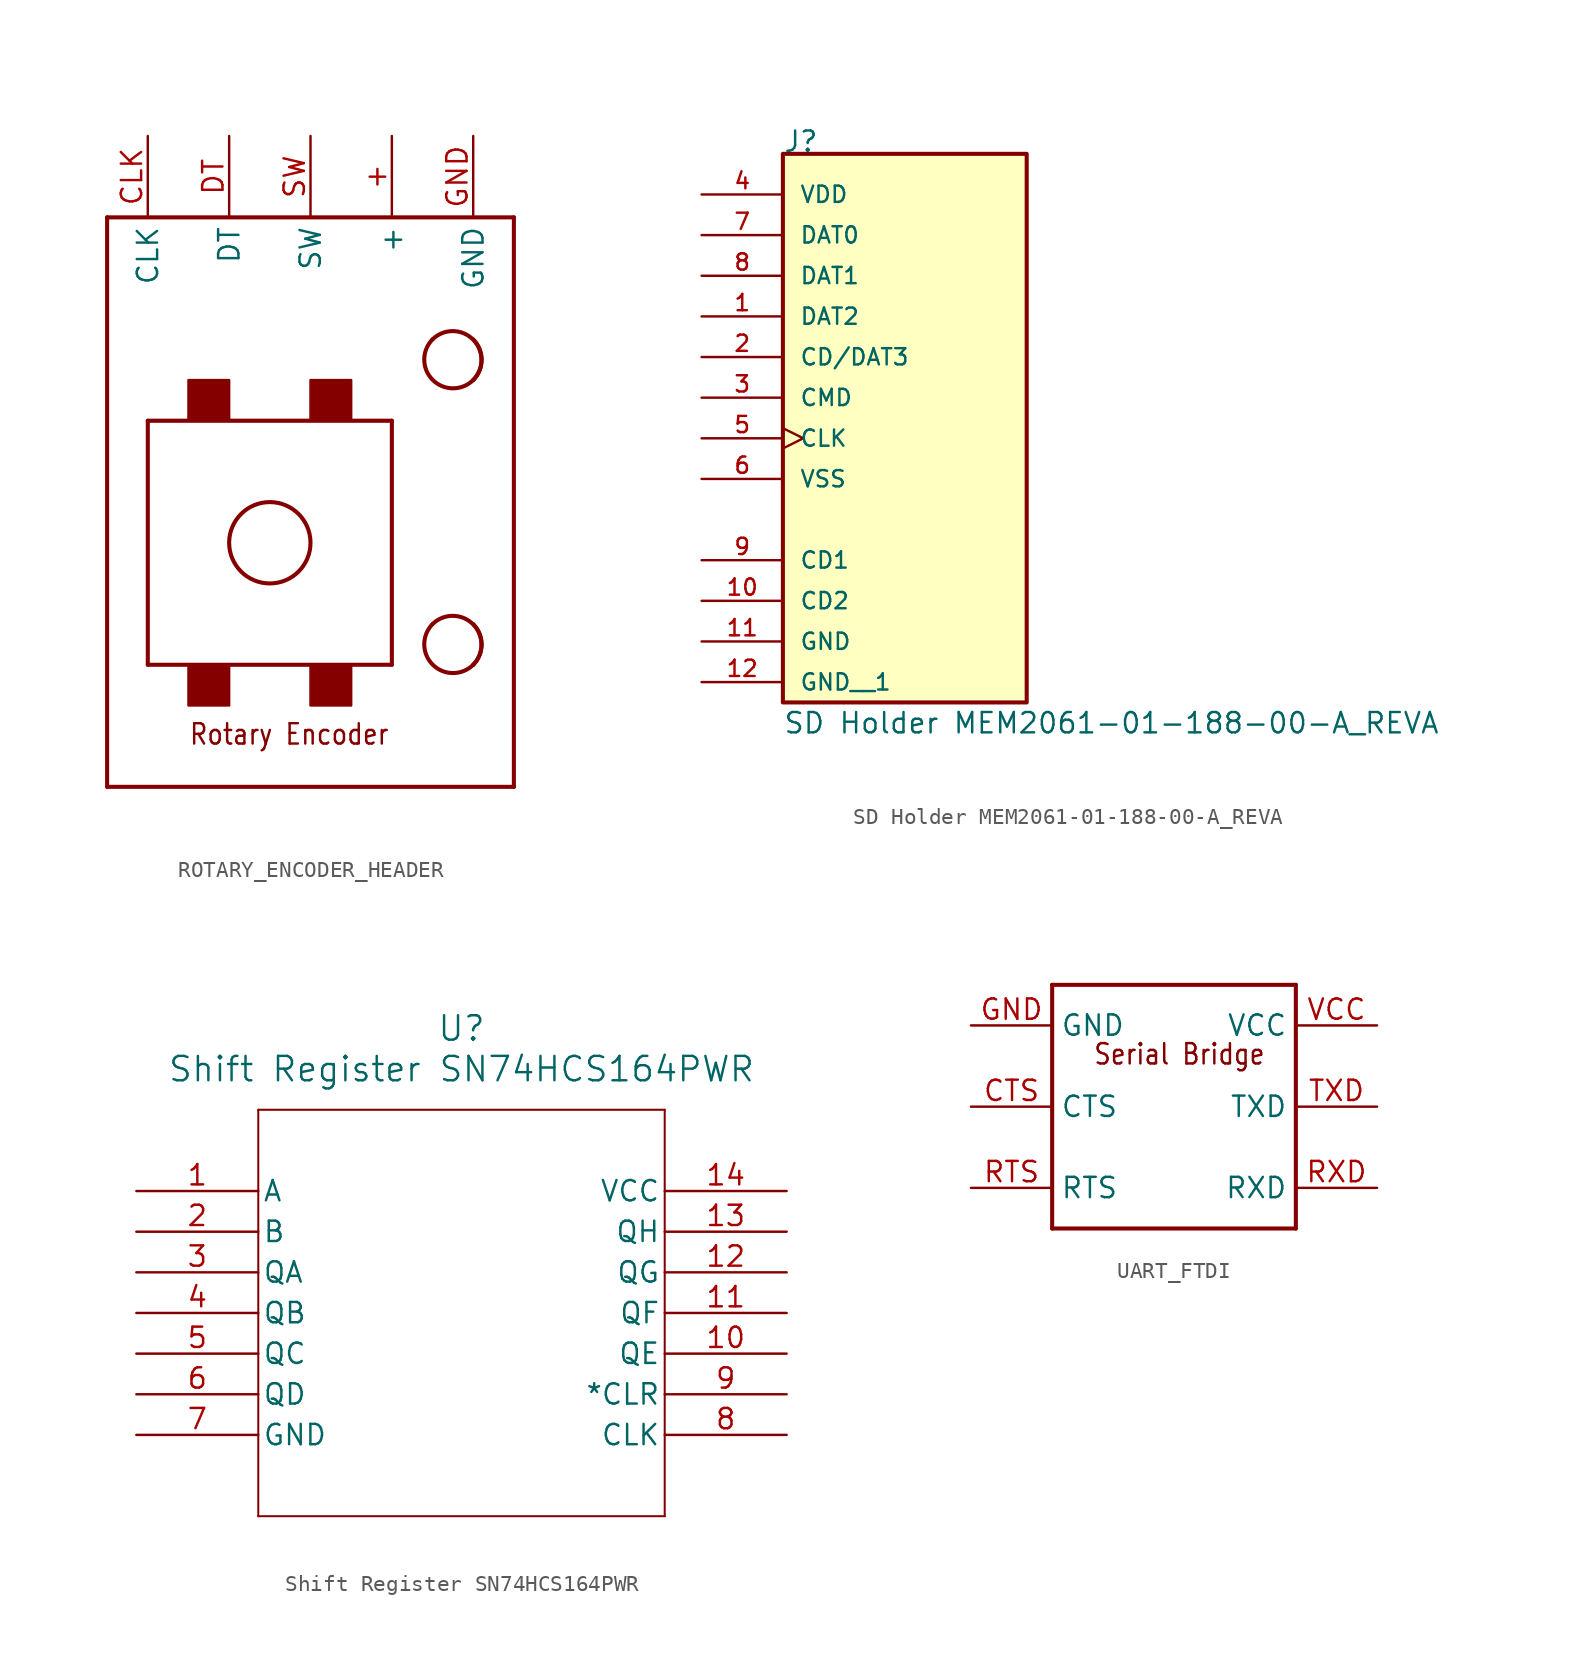
<source format=kicad_sym>
(kicad_symbol_lib
  (version 20241209)
  (generator "kicad_symbol_editor")
  (generator_version "9.0")
  (symbol "ROTARY_ENCODER_HEADER"
    (property "Reference" "J"
      (at 0 0 0)
      (effects (font (size 1.27 1.27)) (hide yes)))
    (symbol "ROTARY_ENCODER_HEADER_1_0"
      (polyline (pts (xy -12.7 17.78) (xy -12.7 -17.78)) (stroke (width 0.254) (type solid)) (fill (type none)))
      (polyline (pts (xy -12.7 -17.78) (xy 12.7 -17.78)) (stroke (width 0.254) (type solid)) (fill (type none)))
      (polyline (pts (xy -10.16 5.08) (xy 5.08 5.08)) (stroke (width 0.254) (type solid)) (fill (type none)))
      (polyline (pts (xy -10.16 -10.16) (xy -10.16 5.08)) (stroke (width 0.254) (type solid)) (fill (type none)))
      (rectangle (start -7.62 5.08) (end -5.08 7.62) (stroke (width 0) (type default)) (fill (type outline)))
      (rectangle (start -7.62 -12.7) (end -5.08 -10.16) (stroke (width 0) (type default)) (fill (type outline)))
      (circle (center -2.54 -2.54) (radius 2.54) (stroke (width 0.254) (type solid)) (fill (type none)))
      (rectangle (start 0 5.08) (end 2.54 7.62) (stroke (width 0) (type default)) (fill (type outline)))
      (rectangle (start 0 -12.7) (end 2.54 -10.16) (stroke (width 0) (type default)) (fill (type outline)))
      (polyline (pts (xy 5.08 5.08) (xy 5.08 -10.16)) (stroke (width 0.254) (type solid)) (fill (type none)))
      (polyline (pts (xy 5.08 -10.16) (xy -10.16 -10.16)) (stroke (width 0.254) (type solid)) (fill (type none)))
      (arc (start 7.62 10.16) (mid 10.16 10.16) (end 10.16 7.62) (stroke (width 0.254) (type solid)) (fill (type none)))
      (arc (start 10.16 10.16) (mid 10.6861 8.89) (end 10.16 7.62) (stroke (width 0.254) (type solid)) (fill (type none)))
      (arc (start 10.16 7.62) (mid 7.62 7.62) (end 7.62 10.16) (stroke (width 0.254) (type solid)) (fill (type none)))
      (arc (start 7.62 -7.62) (mid 10.16 -7.62) (end 10.16 -10.16) (stroke (width 0.254) (type solid)) (fill (type none)))
      (arc (start 10.16 -7.62) (mid 10.6861 -8.89) (end 10.16 -10.16) (stroke (width 0.254) (type solid)) (fill (type none)))
      (arc (start 10.16 -10.16) (mid 7.62 -10.16) (end 7.62 -7.62) (stroke (width 0.254) (type solid)) (fill (type none)))
      (polyline (pts (xy 12.7 17.78) (xy -12.7 17.78)) (stroke (width 0.254) (type solid)) (fill (type none)))
      (polyline (pts (xy 12.7 -17.78) (xy 12.7 17.78)) (stroke (width 0.254) (type solid)) (fill (type none)))
      (text "Rotary Encoder" (at -7.62 -15.24 0) (effects (font (size 1.27 1.079)) (justify left bottom)))
      (pin bidirectional line (at -10.16 22.86 270) (length 5.08) (name "CLK" (effects (font (size 1.27 1.27)))) (number "CLK" (effects (font (size 1.27 1.27)))))
      (pin bidirectional line (at -5.08 22.86 270) (length 5.08) (name "DT" (effects (font (size 1.27 1.27)))) (number "DT" (effects (font (size 1.27 1.27)))))
      (pin bidirectional line (at 0 22.86 270) (length 5.08) (name "SW" (effects (font (size 1.27 1.27)))) (number "SW" (effects (font (size 1.27 1.27)))))
      (pin power_in line (at 5.08 22.86 270) (length 5.08) (name "+" (effects (font (size 1.27 1.27)))) (number "+" (effects (font (size 1.27 1.27)))))
      (pin power_in line (at 10.16 22.86 270) (length 5.08) (name "GND" (effects (font (size 1.27 1.27)))) (number "GND" (effects (font (size 1.27 1.27)))))))
  (symbol "SD Holder MEM2061-01-188-00-A_REVA"
    (pin_names
      (offset 1.016))
    (property "Reference" "J"
      (at 0 15.268 0)
      (effects (font (size 1.27 1.27)) (justify left bottom)))
    (property "Value" "SD Holder MEM2061-01-188-00-A_REVA"
      (at 0 -21.082 0)
      (effects (font (size 1.27 1.27)) (justify left bottom)))
    (symbol "SD Holder MEM2061-01-188-00-A_REVA_0_0"
      (rectangle (start 0 15.24) (end 15.24 -19.05) (stroke (width 0.254) (type default)) (fill (type background)))
      (pin power_in line (at -5.08 12.7 0) (length 5.08) (name "VDD" (effects (font (size 1.016 1.016)))) (number "4" (effects (font (size 1.016 1.016)))))
      (pin bidirectional line (at -5.08 10.16 0) (length 5.08) (name "DAT0" (effects (font (size 1.016 1.016)))) (number "7" (effects (font (size 1.016 1.016)))))
      (pin bidirectional line (at -5.08 7.62 0) (length 5.08) (name "DAT1" (effects (font (size 1.016 1.016)))) (number "8" (effects (font (size 1.016 1.016)))))
      (pin bidirectional line (at -5.08 5.08 0) (length 5.08) (name "DAT2" (effects (font (size 1.016 1.016)))) (number "1" (effects (font (size 1.016 1.016)))))
      (pin bidirectional line (at -5.08 2.54 0) (length 5.08) (name "CD/DAT3" (effects (font (size 1.016 1.016)))) (number "2" (effects (font (size 1.016 1.016)))))
      (pin bidirectional line (at -5.08 0 0) (length 5.08) (name "CMD" (effects (font (size 1.016 1.016)))) (number "3" (effects (font (size 1.016 1.016)))))
      (pin bidirectional clock (at -5.08 -2.54 0) (length 5.08) (name "CLK" (effects (font (size 1.016 1.016)))) (number "5" (effects (font (size 1.016 1.016)))))
      (pin power_in line (at -5.08 -5.08 0) (length 5.08) (name "VSS" (effects (font (size 1.016 1.016)))) (number "6" (effects (font (size 1.016 1.016)))))
      (pin passive line (at -5.08 -10.16 0) (length 5.08) (name "CD1" (effects (font (size 1.016 1.016)))) (number "9" (effects (font (size 1.016 1.016)))))
      (pin passive line (at -5.08 -12.7 0) (length 5.08) (name "CD2" (effects (font (size 1.016 1.016)))) (number "10" (effects (font (size 1.016 1.016)))))
      (pin power_in line (at -5.08 -15.24 0) (length 5.08) (name "GND" (effects (font (size 1.016 1.016)))) (number "11" (effects (font (size 1.016 1.016)))))
      (pin power_in line (at -5.08 -17.78 0) (length 5.08) (name "GND__1" (effects (font (size 1.016 1.016)))) (number "12" (effects (font (size 1.016 1.016)))))))
  (symbol "Shift Register SN74HCS164PWR"
    (pin_names
      (offset 0.254))
    (property "Reference" "U"
      (at 20.32 10.16 0)
      (effects (font (size 1.524 1.524))))
    (property "Value" "Shift Register SN74HCS164PWR"
      (at 20.32 7.62 0)
      (effects (font (size 1.524 1.524))))
    (symbol "Shift Register SN74HCS164PWR_0_1"
      (polyline (pts (xy 7.62 5.08) (xy 7.62 -20.32)) (stroke (width 0.127) (type default)) (fill (type none)))
      (polyline (pts (xy 7.62 -20.32) (xy 33.02 -20.32)) (stroke (width 0.127) (type default)) (fill (type none)))
      (polyline (pts (xy 33.02 5.08) (xy 7.62 5.08)) (stroke (width 0.127) (type default)) (fill (type none)))
      (polyline (pts (xy 33.02 -20.32) (xy 33.02 5.08)) (stroke (width 0.127) (type default)) (fill (type none)))
      (pin input line (at 0 0 0) (length 7.62) (name "A" (effects (font (size 1.27 1.27)))) (number "1" (effects (font (size 1.27 1.27)))))
      (pin input line (at 0 -2.54 0) (length 7.62) (name "B" (effects (font (size 1.27 1.27)))) (number "2" (effects (font (size 1.27 1.27)))))
      (pin output line (at 0 -5.08 0) (length 7.62) (name "QA" (effects (font (size 1.27 1.27)))) (number "3" (effects (font (size 1.27 1.27)))))
      (pin output line (at 0 -7.62 0) (length 7.62) (name "QB" (effects (font (size 1.27 1.27)))) (number "4" (effects (font (size 1.27 1.27)))))
      (pin output line (at 0 -10.16 0) (length 7.62) (name "QC" (effects (font (size 1.27 1.27)))) (number "5" (effects (font (size 1.27 1.27)))))
      (pin output line (at 0 -12.7 0) (length 7.62) (name "QD" (effects (font (size 1.27 1.27)))) (number "6" (effects (font (size 1.27 1.27)))))
      (pin power_out line (at 0 -15.24 0) (length 7.62) (name "GND" (effects (font (size 1.27 1.27)))) (number "7" (effects (font (size 1.27 1.27)))))
      (pin power_in line (at 40.64 0 180) (length 7.62) (name "VCC" (effects (font (size 1.27 1.27)))) (number "14" (effects (font (size 1.27 1.27)))))
      (pin output line (at 40.64 -2.54 180) (length 7.62) (name "QH" (effects (font (size 1.27 1.27)))) (number "13" (effects (font (size 1.27 1.27)))))
      (pin output line (at 40.64 -5.08 180) (length 7.62) (name "QG" (effects (font (size 1.27 1.27)))) (number "12" (effects (font (size 1.27 1.27)))))
      (pin output line (at 40.64 -7.62 180) (length 7.62) (name "QF" (effects (font (size 1.27 1.27)))) (number "11" (effects (font (size 1.27 1.27)))))
      (pin output line (at 40.64 -10.16 180) (length 7.62) (name "QE" (effects (font (size 1.27 1.27)))) (number "10" (effects (font (size 1.27 1.27)))))
      (pin input line (at 40.64 -12.7 180) (length 7.62) (name "*CLR" (effects (font (size 1.27 1.27)))) (number "9" (effects (font (size 1.27 1.27)))))
      (pin input line (at 40.64 -15.24 180) (length 7.62) (name "CLK" (effects (font (size 1.27 1.27)))) (number "8" (effects (font (size 1.27 1.27)))))))
  (symbol "UART_FTDI"
    (property "Reference" "J"
      (at 0 0 0)
      (effects (font (size 1.27 1.27)) (hide yes)))
    (symbol "UART_FTDI_1_0"
      (polyline (pts (xy -7.62 7.62) (xy -7.62 -7.62)) (stroke (width 0.254) (type solid)) (fill (type none)))
      (polyline (pts (xy -7.62 -7.62) (xy 7.62 -7.62)) (stroke (width 0.254) (type solid)) (fill (type none)))
      (polyline (pts (xy 7.62 7.62) (xy -7.62 7.62)) (stroke (width 0.254) (type solid)) (fill (type none)))
      (polyline (pts (xy 7.62 -7.62) (xy 7.62 7.62)) (stroke (width 0.254) (type solid)) (fill (type none)))
      (text "Serial Bridge" (at -5.08 2.54 0) (effects (font (size 1.27 1.079)) (justify left bottom)))
      (pin power_in line (at -12.7 5.08 0) (length 5.08) (name "GND" (effects (font (size 1.27 1.27)))) (number "GND" (effects (font (size 1.27 1.27)))))
      (pin bidirectional line (at -12.7 0 0) (length 5.08) (name "CTS" (effects (font (size 1.27 1.27)))) (number "CTS" (effects (font (size 1.27 1.27)))))
      (pin bidirectional line (at -12.7 -5.08 0) (length 5.08) (name "RTS" (effects (font (size 1.27 1.27)))) (number "RTS" (effects (font (size 1.27 1.27)))))
      (pin power_in line (at 12.7 5.08 180) (length 5.08) (name "VCC" (effects (font (size 1.27 1.27)))) (number "VCC" (effects (font (size 1.27 1.27)))))
      (pin bidirectional line (at 12.7 0 180) (length 5.08) (name "TXD" (effects (font (size 1.27 1.27)))) (number "TXD" (effects (font (size 1.27 1.27)))))
      (pin bidirectional line (at 12.7 -5.08 180) (length 5.08) (name "RXD" (effects (font (size 1.27 1.27)))) (number "RXD" (effects (font (size 1.27 1.27))))))))
</source>
